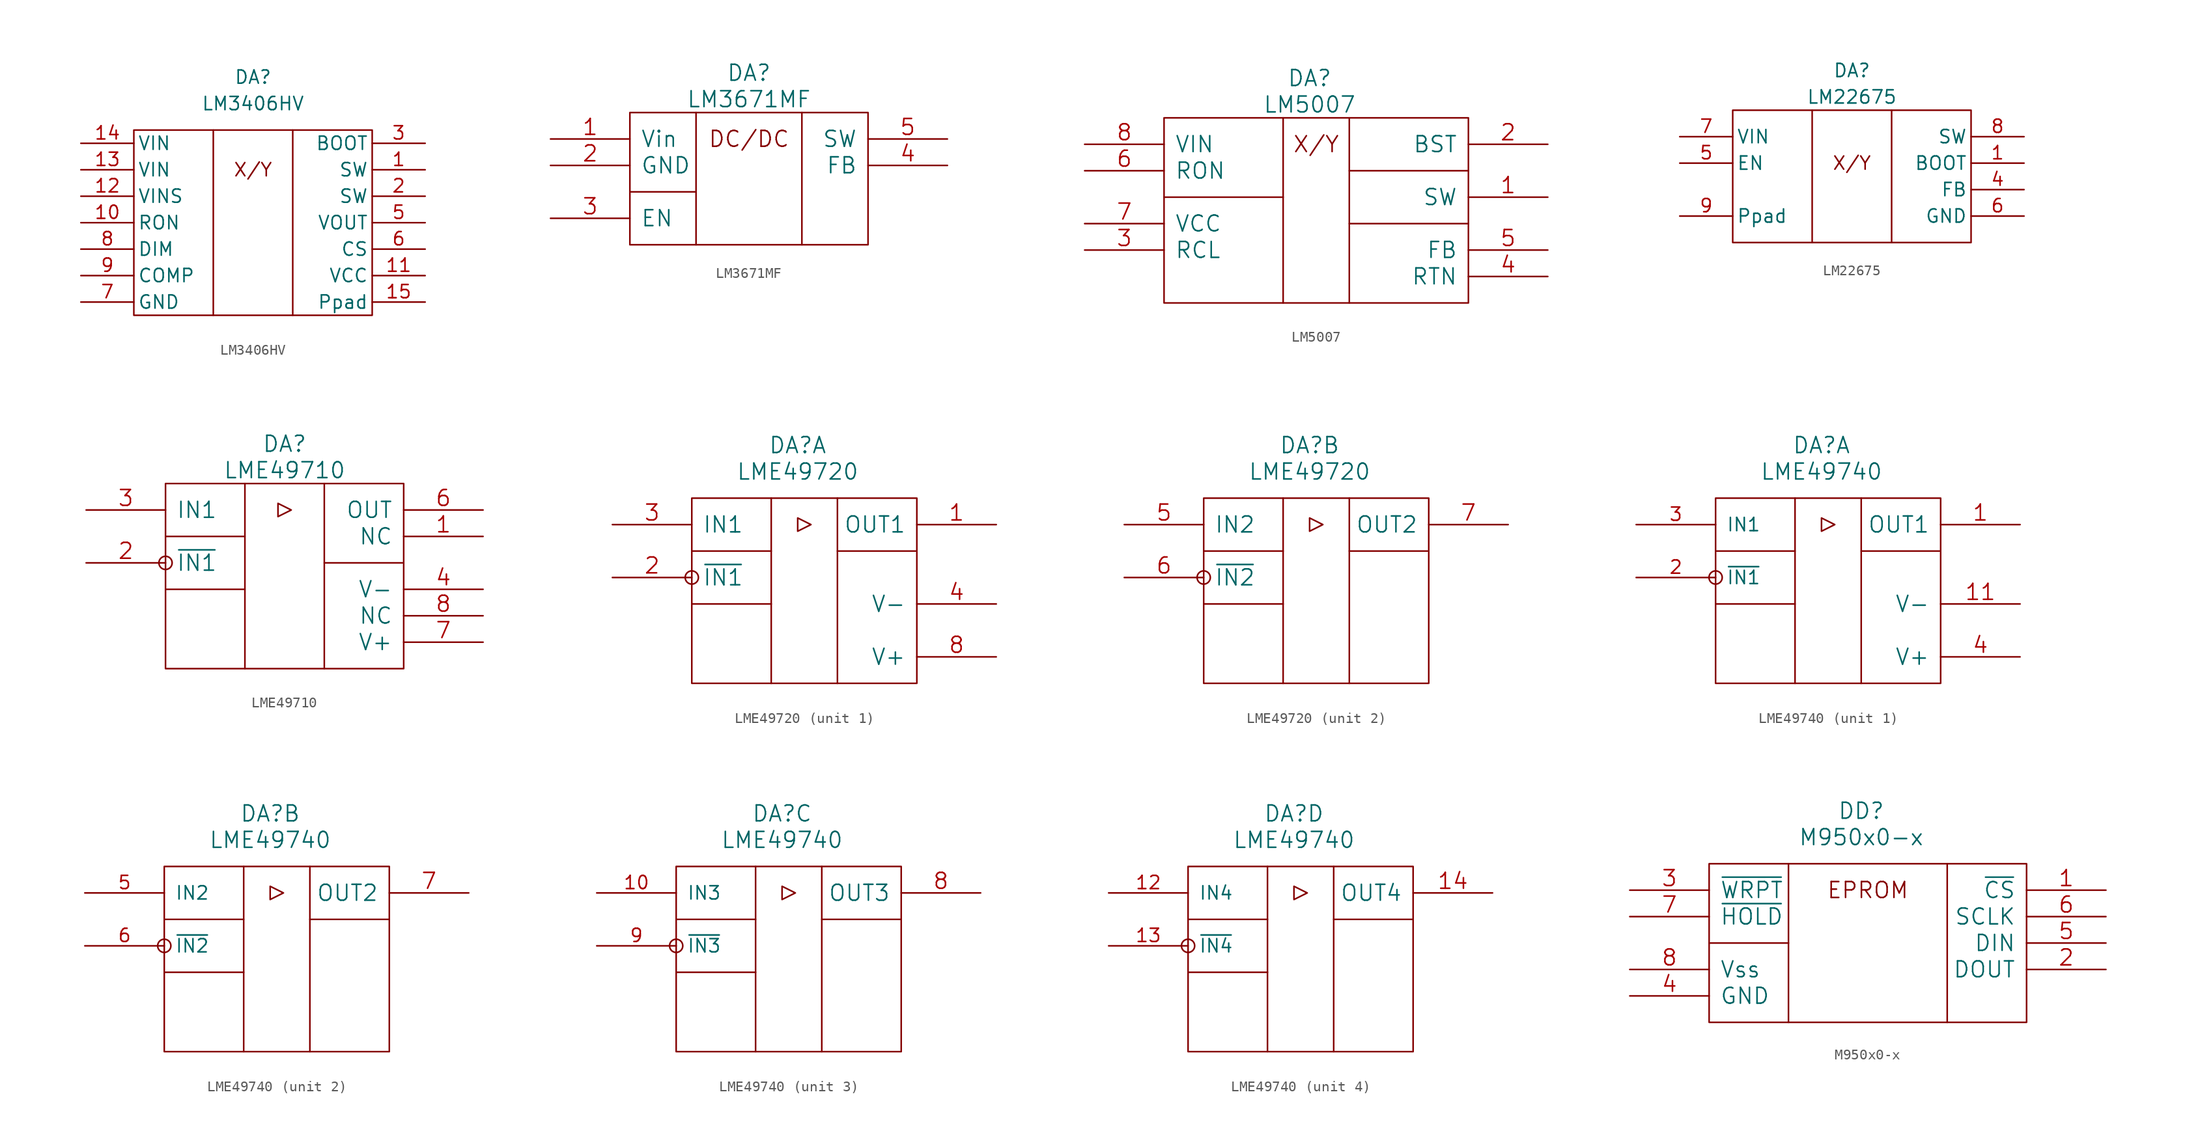
<source format=kicad_sym>
(kicad_symbol_lib
  (version 20211014)
  (generator kicad_symbol_editor)
  (symbol "LM3406HV"
    (pin_names
      (offset 0.356))
    (property "Reference" "DA"
      (at 11.43 6.35 0)
      (effects (font (size 1.27 1.27))))
    (property "Value" "LM3406HV"
      (at 11.43 3.81 0)
      (effects (font (size 1.27 1.27))))
    (symbol "LM3406HV_0_0"
      (polyline (pts (xy 7.62 1.27) (xy 7.62 -16.51)) (stroke (width 0) (type default) (color 0 0 0 0)) (fill (type none)))
      (polyline (pts (xy 15.24 1.27) (xy 15.24 -16.51)) (stroke (width 0) (type default) (color 0 0 0 0)) (fill (type none)))
      (rectangle (start 0 1.27) (end 22.86 -16.51) (stroke (width 0) (type default) (color 0 0 0 0)) (fill (type none)))
      (text "X/Y" (at 11.43 -2.54 0) (effects (font (size 1.27 1.27)))))
    (symbol "LM3406HV_1_1"
      (pin input line (at 27.94 -2.54 180) (length 5.08) (name "SW" (effects (font (size 1.27 1.27)))) (number "1" (effects (font (size 1.27 1.27)))))
      (pin input line (at -5.08 -7.62 0) (length 5.08) (name "RON" (effects (font (size 1.27 1.27)))) (number "10" (effects (font (size 1.27 1.27)))))
      (pin input line (at 27.94 -12.7 180) (length 5.08) (name "VCC" (effects (font (size 1.27 1.27)))) (number "11" (effects (font (size 1.27 1.27)))))
      (pin input line (at -5.08 -5.08 0) (length 5.08) (name "VINS" (effects (font (size 1.27 1.27)))) (number "12" (effects (font (size 1.27 1.27)))))
      (pin input line (at -5.08 -2.54 0) (length 5.08) (name "VIN" (effects (font (size 1.27 1.27)))) (number "13" (effects (font (size 1.27 1.27)))))
      (pin input line (at -5.08 0 0) (length 5.08) (name "VIN" (effects (font (size 1.27 1.27)))) (number "14" (effects (font (size 1.27 1.27)))))
      (pin passive line (at 27.94 -15.24 180) (length 5.08) (name "Ppad" (effects (font (size 1.27 1.27)))) (number "15" (effects (font (size 1.27 1.27)))))
      (pin input line (at 27.94 -5.08 180) (length 5.08) (name "SW" (effects (font (size 1.27 1.27)))) (number "2" (effects (font (size 1.27 1.27)))))
      (pin input line (at 27.94 0 180) (length 5.08) (name "BOOT" (effects (font (size 1.27 1.27)))) (number "3" (effects (font (size 1.27 1.27)))))
      (pin output line (at 27.94 -7.62 180) (length 5.08) (name "VOUT" (effects (font (size 1.27 1.27)))) (number "5" (effects (font (size 1.27 1.27)))))
      (pin bidirectional line (at 27.94 -10.16 180) (length 5.08) (name "CS" (effects (font (size 1.27 1.27)))) (number "6" (effects (font (size 1.27 1.27)))))
      (pin passive line (at -5.08 -15.24 0) (length 5.08) (name "GND" (effects (font (size 1.27 1.27)))) (number "7" (effects (font (size 1.27 1.27)))))
      (pin input line (at -5.08 -10.16 0) (length 5.08) (name "DIM" (effects (font (size 1.27 1.27)))) (number "8" (effects (font (size 1.27 1.27)))))
      (pin input line (at -5.08 -12.7 0) (length 5.08) (name "COMP" (effects (font (size 1.27 1.27)))) (number "9" (effects (font (size 1.27 1.27)))))))
  (symbol "LM3671MF"
    (pin_names
      (offset 1.016))
    (property "Reference" "DA"
      (at 11.43 3.81 0)
      (effects (font (size 1.524 1.524))))
    (property "Value" "LM3671MF"
      (at 11.43 1.27 0)
      (effects (font (size 1.524 1.524))))
    (property "Footprint" ""
      (at 0 0 0)
      (effects (font (size 1.524 1.524))))
    (property "Datasheet" ""
      (at 0 0 0)
      (effects (font (size 1.524 1.524))))
    (symbol "LM3671MF_0_0"
      (text "DC/DC" (at 11.43 -2.54 0) (effects (font (size 1.524 1.524))))
      (pin input line (at -7.62 -2.54 0) (length 7.62) (name "Vin" (effects (font (size 1.524 1.524)))) (number "1" (effects (font (size 1.524 1.524)))))
      (pin input line (at -7.62 -5.08 0) (length 7.62) (name "GND" (effects (font (size 1.524 1.524)))) (number "2" (effects (font (size 1.524 1.524)))))
      (pin input line (at -7.62 -10.16 0) (length 7.62) (name "EN" (effects (font (size 1.524 1.524)))) (number "3" (effects (font (size 1.524 1.524)))))
      (pin input line (at 30.48 -5.08 180) (length 7.62) (name "FB" (effects (font (size 1.524 1.524)))) (number "4" (effects (font (size 1.524 1.524)))))
      (pin input line (at 30.48 -2.54 180) (length 7.62) (name "SW" (effects (font (size 1.524 1.524)))) (number "5" (effects (font (size 1.524 1.524))))))
    (symbol "LM3671MF_0_1"
      (polyline (pts (xy 0 -7.62) (xy 6.35 -7.62)) (stroke (width 0) (type default) (color 0 0 0 0)) (fill (type none)))
      (polyline (pts (xy 6.35 0) (xy 6.35 -12.7) (xy 6.35 -12.7)) (stroke (width 0) (type default) (color 0 0 0 0)) (fill (type none)))
      (polyline (pts (xy 16.51 0) (xy 16.51 -12.7) (xy 16.51 -12.7)) (stroke (width 0) (type default) (color 0 0 0 0)) (fill (type none)))
      (rectangle (start 0 0) (end 22.86 -12.7) (stroke (width 0) (type default) (color 0 0 0 0)) (fill (type none)))))
  (symbol "LM5007"
    (pin_names
      (offset 1.016))
    (property "Reference" "DA"
      (at 13.97 3.81 0)
      (effects (font (size 1.524 1.524))))
    (property "Value" "LM5007"
      (at 13.97 1.27 0)
      (effects (font (size 1.524 1.524))))
    (property "Footprint" ""
      (at 0 0 0)
      (effects (font (size 1.524 1.524))))
    (property "Datasheet" ""
      (at 0 0 0)
      (effects (font (size 1.524 1.524))))
    (symbol "LM5007_0_0"
      (text "X/Y" (at 14.605 -2.54 0) (effects (font (size 1.524 1.524))))
      (pin output line (at 36.83 -7.62 180) (length 7.62) (name "SW" (effects (font (size 1.524 1.524)))) (number "1" (effects (font (size 1.524 1.524)))))
      (pin passive line (at 36.83 -2.54 180) (length 7.62) (name "BST" (effects (font (size 1.524 1.524)))) (number "2" (effects (font (size 1.524 1.524)))))
      (pin passive line (at -7.62 -12.7 0) (length 7.62) (name "RCL" (effects (font (size 1.524 1.524)))) (number "3" (effects (font (size 1.524 1.524)))))
      (pin passive line (at 36.83 -15.24 180) (length 7.62) (name "RTN" (effects (font (size 1.524 1.524)))) (number "4" (effects (font (size 1.524 1.524)))))
      (pin output line (at 36.83 -12.7 180) (length 7.62) (name "FB" (effects (font (size 1.524 1.524)))) (number "5" (effects (font (size 1.524 1.524)))))
      (pin input line (at -7.62 -5.08 0) (length 7.62) (name "RON" (effects (font (size 1.524 1.524)))) (number "6" (effects (font (size 1.524 1.524)))))
      (pin passive line (at -7.62 -10.16 0) (length 7.62) (name "VCC" (effects (font (size 1.524 1.524)))) (number "7" (effects (font (size 1.524 1.524)))))
      (pin input line (at -7.62 -2.54 0) (length 7.62) (name "VIN" (effects (font (size 1.524 1.524)))) (number "8" (effects (font (size 1.524 1.524))))))
    (symbol "LM5007_0_1"
      (polyline (pts (xy 0 -7.62) (xy 11.43 -7.62)) (stroke (width 0) (type default) (color 0 0 0 0)) (fill (type none)))
      (polyline (pts (xy 11.43 0) (xy 11.43 -17.78)) (stroke (width 0) (type default) (color 0 0 0 0)) (fill (type none)))
      (polyline (pts (xy 17.78 0) (xy 17.78 -17.78)) (stroke (width 0) (type default) (color 0 0 0 0)) (fill (type none)))
      (polyline (pts (xy 29.21 -10.16) (xy 17.78 -10.16)) (stroke (width 0) (type default) (color 0 0 0 0)) (fill (type none)))
      (polyline (pts (xy 29.21 -5.08) (xy 17.78 -5.08)) (stroke (width 0) (type default) (color 0 0 0 0)) (fill (type none)))
      (rectangle (start 0 0) (end 29.21 -17.78) (stroke (width 0) (type default) (color 0 0 0 0)) (fill (type none)))))
  (symbol "LM22675"
    (pin_names
      (offset 0.356))
    (property "Reference" "DA"
      (at 11.43 3.81 0)
      (effects (font (size 1.27 1.27))))
    (property "Value" "LM22675"
      (at 11.43 1.27 0)
      (effects (font (size 1.27 1.27))))
    (symbol "LM22675_0_0"
      (text "X/Y" (at 11.43 -5.08 0) (effects (font (size 1.27 1.27)))))
    (symbol "LM22675_0_1"
      (polyline (pts (xy 7.62 0) (xy 7.62 -12.7)) (stroke (width 0) (type default) (color 0 0 0 0)) (fill (type none)))
      (polyline (pts (xy 15.24 0) (xy 15.24 -12.7)) (stroke (width 0) (type default) (color 0 0 0 0)) (fill (type none)))
      (rectangle (start 0 0) (end 22.86 -12.7) (stroke (width 0) (type default) (color 0 0 0 0)) (fill (type none))))
    (symbol "LM22675_1_1"
      (pin power_in line (at 27.94 -5.08 180) (length 5.08) (name "BOOT" (effects (font (size 1.27 1.27)))) (number "1" (effects (font (size 1.27 1.27)))))
      (pin input line (at 27.94 -7.62 180) (length 5.08) (name "FB" (effects (font (size 1.27 1.27)))) (number "4" (effects (font (size 1.27 1.27)))))
      (pin input line (at -5.08 -5.08 0) (length 5.08) (name "EN" (effects (font (size 1.27 1.27)))) (number "5" (effects (font (size 1.27 1.27)))))
      (pin power_out line (at 27.94 -10.16 180) (length 5.08) (name "GND" (effects (font (size 1.27 1.27)))) (number "6" (effects (font (size 1.27 1.27)))))
      (pin power_in line (at -5.08 -2.54 0) (length 5.08) (name "VIN" (effects (font (size 1.27 1.27)))) (number "7" (effects (font (size 1.27 1.27)))))
      (pin output line (at 27.94 -2.54 180) (length 5.08) (name "SW" (effects (font (size 1.27 1.27)))) (number "8" (effects (font (size 1.27 1.27)))))
      (pin passive line (at -5.08 -10.16 0) (length 5.08) (name "Ppad" (effects (font (size 1.27 1.27)))) (number "9" (effects (font (size 1.27 1.27)))))))
  (symbol "LME49710"
    (pin_names
      (offset 1.016))
    (property "Reference" "DA"
      (at 11.43 3.81 0)
      (effects (font (size 1.524 1.524))))
    (property "Value" "LME49710"
      (at 11.43 1.27 0)
      (effects (font (size 1.524 1.524))))
    (property "Footprint" ""
      (at 1.27 0 0)
      (effects (font (size 1.524 1.524))))
    (property "Datasheet" ""
      (at 1.27 0 0)
      (effects (font (size 1.524 1.524))))
    (symbol "LME49710_0_0"
      (pin input line (at 30.48 -5.08 180) (length 7.62) (name "NC" (effects (font (size 1.524 1.524)))) (number "1" (effects (font (size 1.524 1.524)))))
      (pin input line (at -7.62 -7.62 0) (length 7.62) (name "~{IN1}" (effects (font (size 1.524 1.524)))) (number "2" (effects (font (size 1.524 1.524)))))
      (pin input line (at -7.62 -2.54 0) (length 7.62) (name "IN1" (effects (font (size 1.524 1.524)))) (number "3" (effects (font (size 1.524 1.524)))))
      (pin input line (at 30.48 -10.16 180) (length 7.62) (name "V-" (effects (font (size 1.524 1.524)))) (number "4" (effects (font (size 1.524 1.524)))))
      (pin input line (at 30.48 -2.54 180) (length 7.62) (name "OUT" (effects (font (size 1.524 1.524)))) (number "6" (effects (font (size 1.524 1.524)))))
      (pin power_out line (at 30.48 -15.24 180) (length 7.62) (name "V+" (effects (font (size 1.524 1.524)))) (number "7" (effects (font (size 1.524 1.524)))))
      (pin power_out line (at 30.48 -12.7 180) (length 7.62) (name "NC" (effects (font (size 1.524 1.524)))) (number "8" (effects (font (size 1.524 1.524))))))
    (symbol "LME49710_0_1"
      (circle (center 0 -7.62) (radius 0.635) (stroke (width 0) (type default) (color 0 0 0 0)) (fill (type none)))
      (polyline (pts (xy 0 -10.16) (xy 7.62 -10.16)) (stroke (width 0) (type default) (color 0 0 0 0)) (fill (type none)))
      (polyline (pts (xy 0 -5.08) (xy 7.62 -5.08)) (stroke (width 0) (type default) (color 0 0 0 0)) (fill (type none)))
      (polyline (pts (xy 7.62 0) (xy 7.62 -17.78)) (stroke (width 0) (type default) (color 0 0 0 0)) (fill (type none)))
      (polyline (pts (xy 15.24 0) (xy 15.24 -17.78)) (stroke (width 0) (type default) (color 0 0 0 0)) (fill (type none)))
      (polyline (pts (xy 22.86 -7.62) (xy 15.24 -7.62)) (stroke (width 0) (type default) (color 0 0 0 0)) (fill (type none)))
      (polyline (pts (xy 10.795 -1.905) (xy 10.795 -3.175) (xy 12.065 -2.54) (xy 10.795 -1.905)) (stroke (width 0) (type default) (color 0 0 0 0)) (fill (type none)))
      (rectangle (start 0 0) (end 22.86 -17.78) (stroke (width 0) (type default) (color 0 0 0 0)) (fill (type none)))))
  (symbol "LME49720"
    (pin_names
      (offset 1.016))
    (property "Reference" "DA"
      (at 10.16 5.08 0)
      (effects (font (size 1.524 1.524))))
    (property "Value" "LME49720"
      (at 10.16 2.54 0)
      (effects (font (size 1.524 1.524))))
    (property "Footprint" ""
      (at 1.27 0 0)
      (effects (font (size 1.524 1.524))))
    (property "Datasheet" ""
      (at 1.27 0 0)
      (effects (font (size 1.524 1.524))))
    (symbol "LME49720_0_1"
      (circle (center 0 -7.62) (radius 0.635) (stroke (width 0) (type default) (color 0 0 0 0)) (fill (type none)))
      (polyline (pts (xy 7.62 -10.16) (xy 0 -10.16)) (stroke (width 0) (type default) (color 0 0 0 0)) (fill (type none)))
      (polyline (pts (xy 7.62 -5.08) (xy 0 -5.08)) (stroke (width 0) (type default) (color 0 0 0 0)) (fill (type none)))
      (polyline (pts (xy 7.62 0) (xy 7.62 -17.78)) (stroke (width 0) (type default) (color 0 0 0 0)) (fill (type none)))
      (polyline (pts (xy 13.97 0) (xy 13.97 -17.78)) (stroke (width 0) (type default) (color 0 0 0 0)) (fill (type none)))
      (polyline (pts (xy 21.59 -5.08) (xy 13.97 -5.08)) (stroke (width 0) (type default) (color 0 0 0 0)) (fill (type none)))
      (polyline (pts (xy 10.16 -1.905) (xy 10.16 -3.175) (xy 11.43 -2.54) (xy 10.16 -1.905)) (stroke (width 0) (type default) (color 0 0 0 0)) (fill (type none)))
      (rectangle (start 0 0) (end 21.59 -17.78) (stroke (width 0) (type default) (color 0 0 0 0)) (fill (type none))))
    (symbol "LME49720_1_0"
      (pin input line (at 29.21 -2.54 180) (length 7.62) (name "OUT1" (effects (font (size 1.524 1.524)))) (number "1" (effects (font (size 1.524 1.524)))))
      (pin input line (at -7.62 -7.62 0) (length 7.62) (name "~{IN1}" (effects (font (size 1.524 1.524)))) (number "2" (effects (font (size 1.524 1.524)))))
      (pin input line (at -7.62 -2.54 0) (length 7.62) (name "IN1" (effects (font (size 1.524 1.524)))) (number "3" (effects (font (size 1.524 1.524)))))
      (pin input line (at 29.21 -10.16 180) (length 7.62) (name "V-" (effects (font (size 1.524 1.524)))) (number "4" (effects (font (size 1.524 1.524)))))
      (pin power_out line (at 29.21 -15.24 180) (length 7.62) (name "V+" (effects (font (size 1.524 1.524)))) (number "8" (effects (font (size 1.524 1.524))))))
    (symbol "LME49720_2_0"
      (pin input line (at -7.62 -2.54 0) (length 7.62) (name "IN2" (effects (font (size 1.524 1.524)))) (number "5" (effects (font (size 1.524 1.524)))))
      (pin input line (at -7.62 -7.62 0) (length 7.62) (name "~{IN2}" (effects (font (size 1.524 1.524)))) (number "6" (effects (font (size 1.524 1.524)))))
      (pin input line (at 29.21 -2.54 180) (length 7.62) (name "OUT2" (effects (font (size 1.524 1.524)))) (number "7" (effects (font (size 1.524 1.524)))))))
  (symbol "LME49740"
    (pin_names
      (offset 1.016))
    (property "Reference" "DA"
      (at 10.16 5.08 0)
      (effects (font (size 1.524 1.524))))
    (property "Value" "LME49740"
      (at 10.16 2.54 0)
      (effects (font (size 1.524 1.524))))
    (property "Footprint" ""
      (at 1.27 0 0)
      (effects (font (size 1.524 1.524))))
    (property "Datasheet" ""
      (at 1.27 0 0)
      (effects (font (size 1.524 1.524))))
    (symbol "LME49740_0_1"
      (circle (center 0 -7.62) (radius 0.635) (stroke (width 0) (type default) (color 0 0 0 0)) (fill (type none)))
      (polyline (pts (xy 7.62 -10.16) (xy 0 -10.16)) (stroke (width 0) (type default) (color 0 0 0 0)) (fill (type none)))
      (polyline (pts (xy 7.62 -5.08) (xy 0 -5.08)) (stroke (width 0) (type default) (color 0 0 0 0)) (fill (type none)))
      (polyline (pts (xy 7.62 0) (xy 7.62 -17.78)) (stroke (width 0) (type default) (color 0 0 0 0)) (fill (type none)))
      (polyline (pts (xy 13.97 0) (xy 13.97 -17.78)) (stroke (width 0) (type default) (color 0 0 0 0)) (fill (type none)))
      (polyline (pts (xy 21.59 -5.08) (xy 13.97 -5.08)) (stroke (width 0) (type default) (color 0 0 0 0)) (fill (type none)))
      (polyline (pts (xy 10.16 -1.905) (xy 10.16 -3.175) (xy 11.43 -2.54) (xy 10.16 -1.905)) (stroke (width 0) (type default) (color 0 0 0 0)) (fill (type none)))
      (rectangle (start 0 0) (end 21.59 -17.78) (stroke (width 0) (type default) (color 0 0 0 0)) (fill (type none))))
    (symbol "LME49740_1_0"
      (pin power_out line (at 29.21 -2.54 180) (length 7.62) (name "OUT1" (effects (font (size 1.524 1.524)))) (number "1" (effects (font (size 1.524 1.524)))))
      (pin power_out line (at 29.21 -10.16 180) (length 7.62) (name "V-" (effects (font (size 1.524 1.524)))) (number "11" (effects (font (size 1.524 1.524)))))
      (pin input line (at -7.62 -7.62 0) (length 7.62) (name "~{IN1}" (effects (font (size 1.27 1.27)))) (number "2" (effects (font (size 1.27 1.27)))))
      (pin input line (at -7.62 -2.54 0) (length 7.62) (name "IN1" (effects (font (size 1.27 1.27)))) (number "3" (effects (font (size 1.27 1.27)))))
      (pin input line (at 29.21 -15.24 180) (length 7.62) (name "V+" (effects (font (size 1.524 1.524)))) (number "4" (effects (font (size 1.524 1.524))))))
    (symbol "LME49740_2_0"
      (pin input line (at -7.62 -2.54 0) (length 7.62) (name "IN2" (effects (font (size 1.27 1.27)))) (number "5" (effects (font (size 1.27 1.27)))))
      (pin input line (at -7.62 -7.62 0) (length 7.62) (name "~{IN2}" (effects (font (size 1.27 1.27)))) (number "6" (effects (font (size 1.27 1.27)))))
      (pin input line (at 29.21 -2.54 180) (length 7.62) (name "OUT2" (effects (font (size 1.524 1.524)))) (number "7" (effects (font (size 1.524 1.524))))))
    (symbol "LME49740_3_0"
      (pin input line (at -7.62 -2.54 0) (length 7.62) (name "IN3" (effects (font (size 1.27 1.27)))) (number "10" (effects (font (size 1.27 1.27)))))
      (pin input line (at 29.21 -2.54 180) (length 7.62) (name "OUT3" (effects (font (size 1.524 1.524)))) (number "8" (effects (font (size 1.524 1.524)))))
      (pin input line (at -7.62 -7.62 0) (length 7.62) (name "~{IN3}" (effects (font (size 1.27 1.27)))) (number "9" (effects (font (size 1.27 1.27))))))
    (symbol "LME49740_4_0"
      (pin input line (at -7.62 -2.54 0) (length 7.62) (name "IN4" (effects (font (size 1.27 1.27)))) (number "12" (effects (font (size 1.27 1.27)))))
      (pin input line (at -7.62 -7.62 0) (length 7.62) (name "~{IN4}" (effects (font (size 1.27 1.27)))) (number "13" (effects (font (size 1.27 1.27)))))
      (pin input line (at 29.21 -2.54 180) (length 7.62) (name "OUT4" (effects (font (size 1.524 1.524)))) (number "14" (effects (font (size 1.524 1.524)))))))
  (symbol "M950x0-x"
    (pin_names
      (offset 1.016))
    (property "Reference" "DD"
      (at 14.605 5.08 0)
      (effects (font (size 1.524 1.524))))
    (property "Value" "M950x0-x"
      (at 14.605 2.54 0)
      (effects (font (size 1.524 1.524))))
    (property "Footprint" ""
      (at 0 0 0)
      (effects (font (size 1.524 1.524))))
    (property "Datasheet" ""
      (at 0 0 0)
      (effects (font (size 1.524 1.524))))
    (symbol "M950x0-x_0_0"
      (text "EPROM" (at 15.24 -2.54 0) (effects (font (size 1.524 1.524))))
      (pin input line (at 38.1 -2.54 180) (length 7.62) (name "~{CS}" (effects (font (size 1.524 1.524)))) (number "1" (effects (font (size 1.524 1.524)))))
      (pin output line (at 38.1 -10.16 180) (length 7.62) (name "DOUT" (effects (font (size 1.524 1.524)))) (number "2" (effects (font (size 1.524 1.524)))))
      (pin input line (at -7.62 -2.54 0) (length 7.62) (name "~{WRPT}" (effects (font (size 1.524 1.524)))) (number "3" (effects (font (size 1.524 1.524)))))
      (pin power_out line (at -7.62 -12.7 0) (length 7.62) (name "GND" (effects (font (size 1.524 1.524)))) (number "4" (effects (font (size 1.524 1.524)))))
      (pin input line (at 38.1 -7.62 180) (length 7.62) (name "DIN" (effects (font (size 1.524 1.524)))) (number "5" (effects (font (size 1.524 1.524)))))
      (pin input line (at 38.1 -5.08 180) (length 7.62) (name "SCLK" (effects (font (size 1.524 1.524)))) (number "6" (effects (font (size 1.524 1.524)))))
      (pin input line (at -7.62 -5.08 0) (length 7.62) (name "~{HOLD}" (effects (font (size 1.524 1.524)))) (number "7" (effects (font (size 1.524 1.524)))))
      (pin power_in line (at -7.62 -10.16 0) (length 7.62) (name "Vss" (effects (font (size 1.524 1.524)))) (number "8" (effects (font (size 1.524 1.524))))))
    (symbol "M950x0-x_0_1"
      (polyline (pts (xy 0 -7.62) (xy 7.62 -7.62)) (stroke (width 0) (type default) (color 0 0 0 0)) (fill (type none)))
      (polyline (pts (xy 7.62 0) (xy 7.62 -15.24)) (stroke (width 0) (type default) (color 0 0 0 0)) (fill (type none)))
      (polyline (pts (xy 22.86 0) (xy 22.86 -15.24)) (stroke (width 0) (type default) (color 0 0 0 0)) (fill (type none)))
      (rectangle (start 0 0) (end 30.48 -15.24) (stroke (width 0) (type default) (color 0 0 0 0)) (fill (type none))))))
</source>
